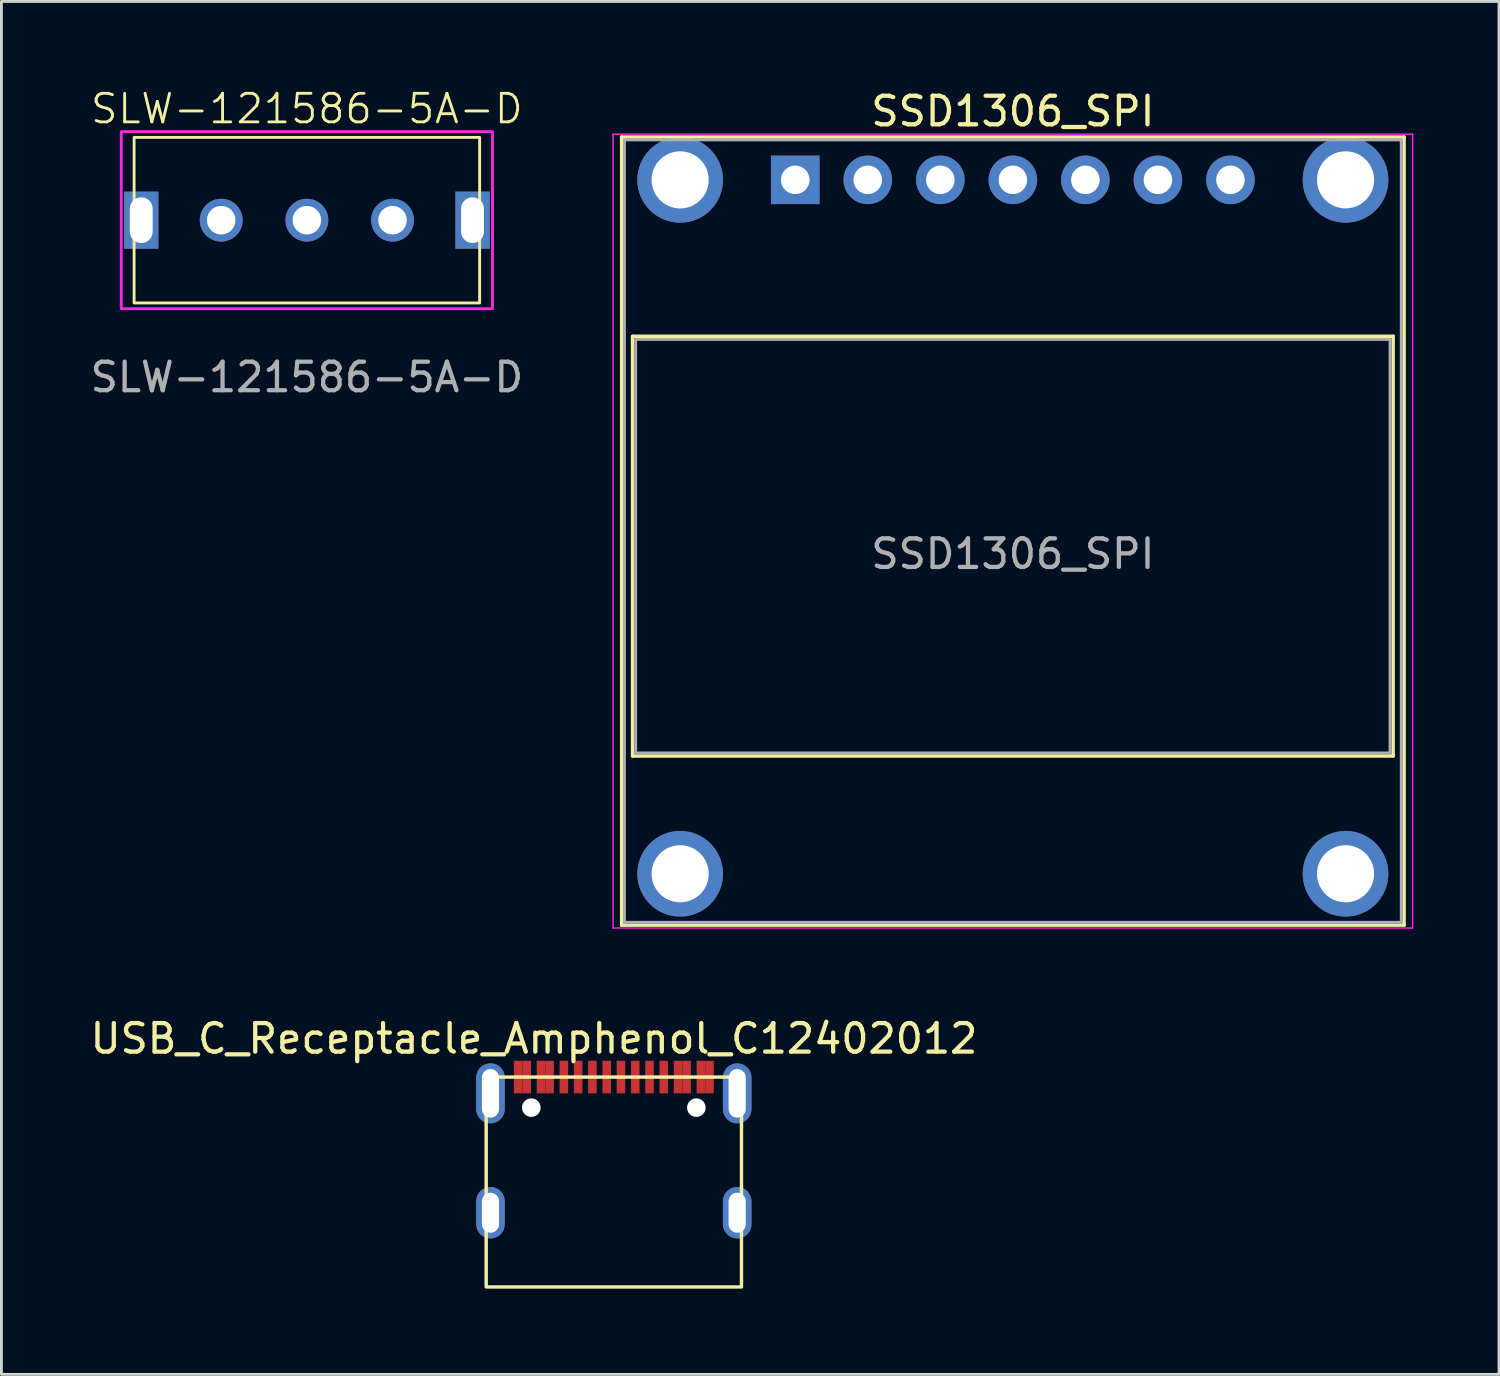
<source format=kicad_pcb>
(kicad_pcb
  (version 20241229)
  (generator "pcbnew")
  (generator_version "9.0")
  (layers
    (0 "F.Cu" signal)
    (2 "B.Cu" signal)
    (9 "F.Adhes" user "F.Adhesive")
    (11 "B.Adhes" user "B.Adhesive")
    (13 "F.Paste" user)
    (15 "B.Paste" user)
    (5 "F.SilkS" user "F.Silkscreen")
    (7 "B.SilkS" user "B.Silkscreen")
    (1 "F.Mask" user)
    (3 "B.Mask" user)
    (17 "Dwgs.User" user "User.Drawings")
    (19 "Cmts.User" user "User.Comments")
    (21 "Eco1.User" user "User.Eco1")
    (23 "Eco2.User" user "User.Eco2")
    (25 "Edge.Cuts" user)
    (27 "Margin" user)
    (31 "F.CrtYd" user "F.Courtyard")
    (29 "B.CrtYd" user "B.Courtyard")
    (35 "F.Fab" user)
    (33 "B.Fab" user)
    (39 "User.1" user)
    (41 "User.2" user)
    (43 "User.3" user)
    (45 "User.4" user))
  (footprint "USB_C_Receptacle_Amphenol_C12402012"
    (layer "F.Cu")
    (at 14.125 39.417)
    (property "Reference" "USB_C_Receptacle_Amphenol_C12402012" (at 1.524 -6.096 0) (unlocked yes) (layer "F.SilkS") (effects (font (size 1 1) (thickness 0.15))))
    (attr smd)
    (fp_rect (start -0.15 -4.75) (end 8.79 2.6) (stroke (width 0.12) (type solid)) (fill no) (layer "F.SilkS"))
    (pad "" np_thru_hole circle (at 1.43 -3.68) (size 0.65 0.65) (drill 0.65) (layers "*.Cu" "*.Mask"))
    (pad "" np_thru_hole circle (at 7.21 -3.68) (size 0.65 0.65) (drill 0.65) (layers "*.Cu" "*.Mask"))
    (pad "A1" smd rect (at 0.97 -4.75) (size 0.3 1.14) (layers "F.Cu" "F.Mask" "F.Paste"))
    (pad "A4" smd rect (at 1.77 -4.75) (size 0.3 1.14) (layers "F.Cu" "F.Mask" "F.Paste"))
    (pad "A5" smd rect (at 3.07 -4.75) (size 0.3 1.14) (layers "F.Cu" "F.Mask" "F.Paste"))
    (pad "A6" smd rect (at 4.07 -4.75) (size 0.3 1.14) (layers "F.Cu" "F.Mask" "F.Paste"))
    (pad "A7" smd rect (at 4.57 -4.75) (size 0.3 1.14) (layers "F.Cu" "F.Mask" "F.Paste"))
    (pad "A8" smd rect (at 5.57 -4.75) (size 0.3 1.14) (layers "F.Cu" "F.Mask" "F.Paste"))
    (pad "A9" smd rect (at 6.87 -4.75) (size 0.3 1.14) (layers "F.Cu" "F.Mask" "F.Paste"))
    (pad "A12" smd rect (at 7.67 -4.75) (size 0.3 1.14) (layers "F.Cu" "F.Mask" "F.Paste"))
    (pad "B1" smd rect (at 7.37 -4.75) (size 0.3 1.14) (layers "F.Cu" "F.Mask" "F.Paste"))
    (pad "B4" smd rect (at 6.57 -4.75) (size 0.3 1.14) (layers "F.Cu" "F.Mask" "F.Paste"))
    (pad "B5" smd rect (at 6.07 -4.75) (size 0.3 1.14) (layers "F.Cu" "F.Mask" "F.Paste"))
    (pad "B6" smd rect (at 5.07 -4.75) (size 0.3 1.14) (layers "F.Cu" "F.Mask" "F.Paste"))
    (pad "B7" smd rect (at 3.57 -4.75) (size 0.3 1.14) (layers "F.Cu" "F.Mask" "F.Paste"))
    (pad "B8" smd rect (at 2.57 -4.75) (size 0.3 1.14) (layers "F.Cu" "F.Mask" "F.Paste"))
    (pad "B9" smd rect (at 2.07 -4.75) (size 0.3 1.14) (layers "F.Cu" "F.Mask" "F.Paste"))
    (pad "B12" smd rect (at 1.27 -4.75) (size 0.3 1.14) (layers "F.Cu" "F.Mask" "F.Paste"))
    (pad "S1" thru_hole oval (at 0 -4.18) (size 1 2.1) (drill oval 0.6 1.7) (layers "*.Cu" "*.Mask"))
    (pad "S1" thru_hole oval (at 0 0) (size 1 1.8) (drill oval 0.6 1.4) (layers "*.Cu" "*.Mask"))
    (pad "S1" thru_hole oval (at 8.64 -4.18) (size 1 2.1) (drill oval 0.6 1.7) (layers "*.Cu" "*.Mask"))
    (pad "S1" thru_hole oval (at 8.64 0) (size 1 1.8) (drill oval 0.6 1.4) (layers "*.Cu" "*.Mask")))
  (footprint "SSD1306_SPI"
    (layer "F.Cu")
    (at 32.418 3.248)
    (property "Reference" "SSD1306_SPI" (at 0 -2.4 0) (layer "F.SilkS") (effects (font (size 1 1) (thickness 0.15))))
    (attr through_hole)
    (fp_line (start -13.7 -1.5) (end -13.7 26.1) (stroke (width 0.12) (type solid)) (layer "F.SilkS"))
    (fp_line (start -13.7 26.1) (end 13.7 26.1) (stroke (width 0.12) (type solid)) (layer "F.SilkS"))
    (fp_line (start -13.318 5.478) (end -13.318 20.176) (stroke (width 0.12) (type solid)) (layer "F.SilkS"))
    (fp_line (start -13.318 5.478) (end 13.318 5.478) (stroke (width 0.12) (type solid)) (layer "F.SilkS"))
    (fp_line (start -13.318 20.176) (end 13.318 20.176) (stroke (width 0.12) (type solid)) (layer "F.SilkS"))
    (fp_line (start 13.318 5.478) (end 13.318 20.176) (stroke (width 0.12) (type solid)) (layer "F.SilkS"))
    (fp_line (start 13.7 -1.5) (end -13.7 -1.5) (stroke (width 0.12) (type solid)) (layer "F.SilkS"))
    (fp_line (start 13.7 -1.5) (end 13.7 26.1) (stroke (width 0.12) (type solid)) (layer "F.SilkS"))
    (fp_line (start -14 -1.6) (end -14 26.2) (stroke (width 0.05) (type solid)) (layer "F.CrtYd"))
    (fp_line (start -14 26.2) (end 14 26.2) (stroke (width 0.05) (type solid)) (layer "F.CrtYd"))
    (fp_line (start 14 -1.6) (end -14 -1.6) (stroke (width 0.05) (type solid)) (layer "F.CrtYd"))
    (fp_line (start 14 -1.6) (end 14 26.2) (stroke (width 0.05) (type solid)) (layer "F.CrtYd"))
    (fp_line (start -13.6 -1.4) (end -13.6 26) (stroke (width 0.1) (type solid)) (layer "F.Fab"))
    (fp_line (start -13.6 26) (end 13.6 26) (stroke (width 0.1) (type solid)) (layer "F.Fab"))
    (fp_line (start -13.208 5.588) (end -13.208 20.066) (stroke (width 0.1) (type solid)) (layer "F.Fab"))
    (fp_line (start -13.208 5.588) (end 13.208 5.588) (stroke (width 0.1) (type solid)) (layer "F.Fab"))
    (fp_line (start -13.208 20.066) (end 13.208 20.066) (stroke (width 0.1) (type solid)) (layer "F.Fab"))
    (fp_line (start 13.208 5.588) (end 13.208 20.066) (stroke (width 0.1) (type solid)) (layer "F.Fab"))
    (fp_line (start 13.6 -1.4) (end -13.6 -1.4) (stroke (width 0.1) (type solid)) (layer "F.Fab"))
    (fp_line (start 13.6 -1.4) (end 13.6 26) (stroke (width 0.1) (type solid)) (layer "F.Fab"))
    (fp_text user "${REFERENCE}" (at 0 13.1 0) (layer "F.Fab") (effects (font (size 1 1) (thickness 0.15))))
    (pad "" thru_hole circle (at -11.65 0) (size 3 3) (drill 2) (layers "*.Cu" "*.Mask"))
    (pad "" thru_hole circle (at -11.65 24.3) (size 3 3) (drill 2) (layers "*.Cu" "*.Mask"))
    (pad "" thru_hole circle (at 11.65 0) (size 3 3) (drill 2) (layers "*.Cu" "*.Mask"))
    (pad "" thru_hole circle (at 11.65 24.3) (size 3 3) (drill 2) (layers "*.Cu" "*.Mask"))
    (pad "1" thru_hole rect (at -7.62 0) (size 1.7 1.7) (drill 1) (layers "*.Cu" "*.Mask"))
    (pad "2" thru_hole circle (at -5.08 0) (size 1.7 1.7) (drill 1) (layers "*.Cu" "*.Mask"))
    (pad "3" thru_hole circle (at -2.54 0) (size 1.7 1.7) (drill 1) (layers "*.Cu" "*.Mask"))
    (pad "4" thru_hole circle (at 0 0) (size 1.7 1.7) (drill 1) (layers "*.Cu" "*.Mask"))
    (pad "5" thru_hole circle (at 2.54 0) (size 1.7 1.7) (drill 1) (layers "*.Cu" "*.Mask"))
    (pad "6" thru_hole circle (at 5.08 0) (size 1.7 1.7) (drill 1) (layers "*.Cu" "*.Mask"))
    (pad "7" thru_hole circle (at 7.62 0) (size 1.7 1.7) (drill 1) (layers "*.Cu" "*.Mask")))
  (footprint "SLW-121586-5A-D"
    (layer "F.Cu")
    (at 7.696 4.66)
    (property "Reference" "SLW-121586-5A-D" (at 0 -3.9 0) (unlocked yes) (layer "F.SilkS") (effects (font (size 1 1) (thickness 0.1))))
    (attr through_hole)
    (fp_rect (start -6.05 -2.9) (end 6.05 2.9) (stroke (width 0.1) (type default)) (fill no) (layer "F.SilkS"))
    (fp_rect (start -6.5 -3.1) (end 6.5 3.1) (stroke (width 0.1) (type default)) (fill no) (layer "F.CrtYd"))
    (fp_text user "${REFERENCE}" (at 0 5.5 0) (unlocked yes) (layer "F.Fab") (effects (font (size 1 1) (thickness 0.15))))
    (pad "" thru_hole rect (at -5.8 0) (size 1.2 2) (drill oval 0.8 1.6) (layers "*.Cu" "*.Mask"))
    (pad "" thru_hole rect (at 5.8 0) (size 1.2 2) (drill oval 0.8 1.6) (layers "*.Cu" "*.Mask"))
    (pad "1" thru_hole circle (at -3 0) (size 1.5 1.5) (drill 1) (layers "*.Cu" "*.Mask"))
    (pad "2" thru_hole circle (at 0 0) (size 1.5 1.5) (drill 1) (layers "*.Cu" "*.Mask"))
    (pad "3" thru_hole circle (at 3 0) (size 1.5 1.5) (drill 1) (layers "*.Cu" "*.Mask")))
  (gr_rect
    (start -3 -3)
    (end 49.443 45.078)
    (stroke (width 0.1) (type default))
    (fill no)
    (layer "Edge.Cuts")))
</source>
